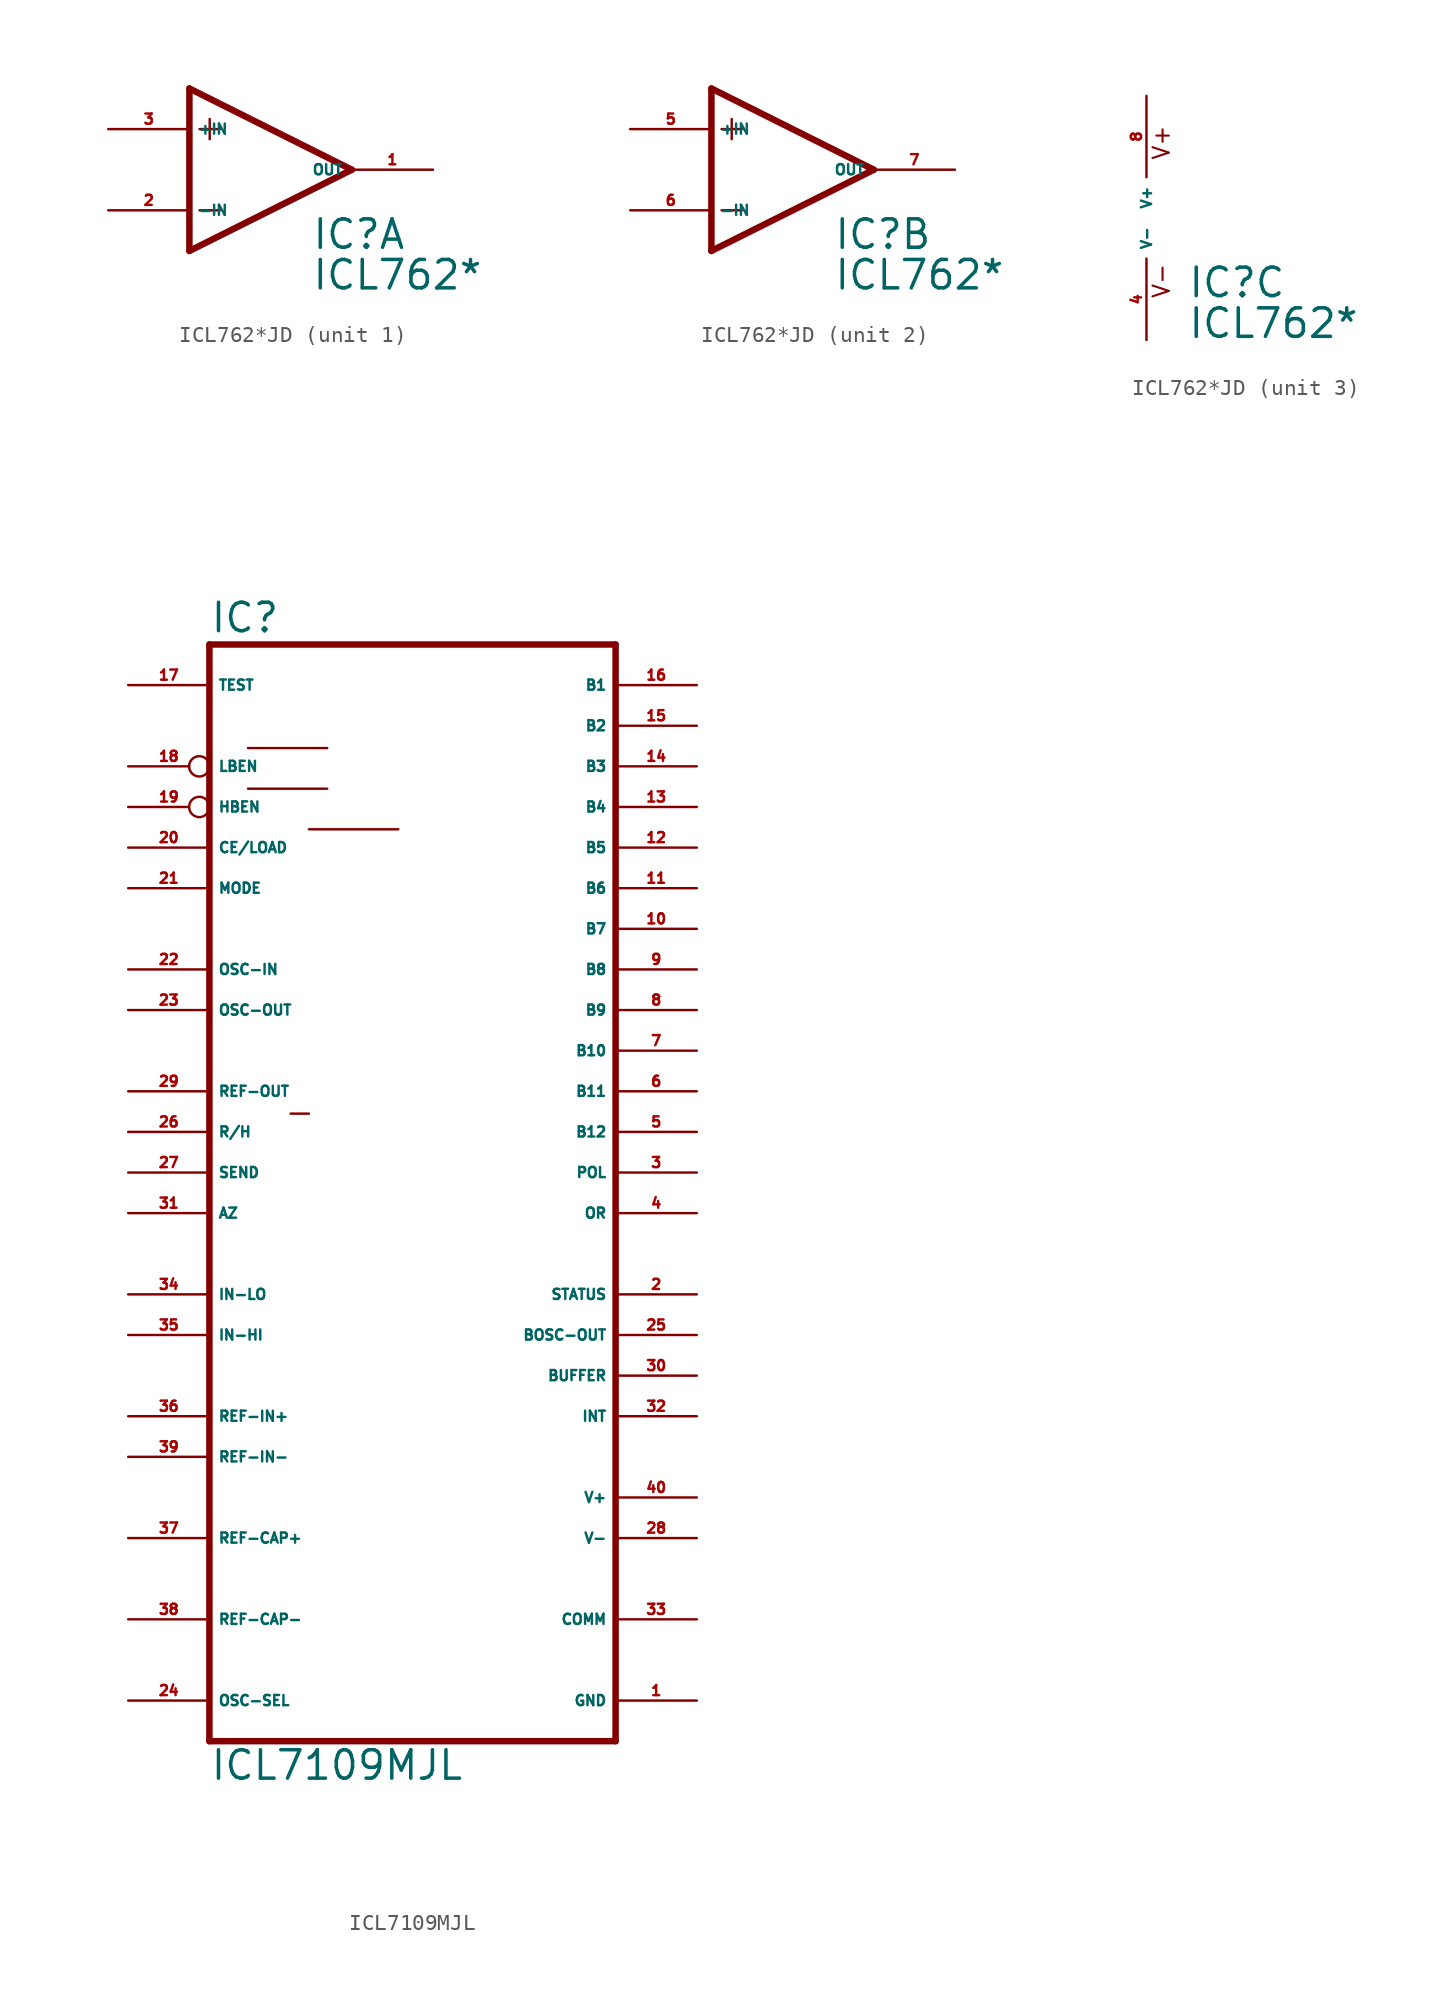
<source format=kicad_sym>
(kicad_symbol_lib
  (version 20220914)
  (generator Eagle2Kicad)
  (symbol "ICL762*JD"
    (property "Reference" "IC"
      (at 2.54 -5.08 0)
      (effects (font (size 1.778 1.778) (thickness 0.22)) (justify left bottom)))
    (property "Value" "ICL762*"
      (at 2.54 -7.62 0)
      (effects (font (size 1.778 1.778) (thickness 0.22)) (justify left bottom)))
    (symbol "ICL762*JD_1_0"
      (polyline (pts (xy -3.81 3.175) (xy -3.81 1.905)) (stroke (width 0.152) (type default)) (fill (type none)))
      (polyline (pts (xy -4.445 2.54) (xy -3.175 2.54)) (stroke (width 0.152) (type default)) (fill (type none)))
      (polyline (pts (xy -4.445 -2.54) (xy -3.175 -2.54)) (stroke (width 0.152) (type default)) (fill (type none)))
      (polyline (pts (xy 5.08 0) (xy -5.08 5.08)) (stroke (width 0.406) (type default)) (fill (type none)))
      (polyline (pts (xy -5.08 5.08) (xy -5.08 -5.08)) (stroke (width 0.406) (type default)) (fill (type none)))
      (polyline (pts (xy -5.08 -5.08) (xy 5.08 0)) (stroke (width 0.406) (type default)) (fill (type none)))
      (pin input line (at -10.16 -2.54 0) (length 5.08) (name "-IN" (effects (font (size 0.635 0.635) (thickness 0.08)) (justify left bottom))) (number "2" (effects (font (size 0.635 0.635) (thickness 0.08)) (justify left bottom))))
      (pin input line (at -10.16 2.54 0) (length 5.08) (name "+IN" (effects (font (size 0.635 0.635) (thickness 0.08)) (justify left bottom))) (number "3" (effects (font (size 0.635 0.635) (thickness 0.08)) (justify left bottom))))
      (pin output line (at 10.16 0 180) (length 5.08) (name "OUT" (effects (font (size 0.635 0.635) (thickness 0.08)) (justify left bottom))) (number "1" (effects (font (size 0.635 0.635) (thickness 0.08)) (justify left bottom)))))
    (symbol "ICL762*JD_2_0"
      (polyline (pts (xy -3.81 3.175) (xy -3.81 1.905)) (stroke (width 0.152) (type default)) (fill (type none)))
      (polyline (pts (xy -4.445 2.54) (xy -3.175 2.54)) (stroke (width 0.152) (type default)) (fill (type none)))
      (polyline (pts (xy -4.445 -2.54) (xy -3.175 -2.54)) (stroke (width 0.152) (type default)) (fill (type none)))
      (polyline (pts (xy 5.08 0) (xy -5.08 5.08)) (stroke (width 0.406) (type default)) (fill (type none)))
      (polyline (pts (xy -5.08 5.08) (xy -5.08 -5.08)) (stroke (width 0.406) (type default)) (fill (type none)))
      (polyline (pts (xy -5.08 -5.08) (xy 5.08 0)) (stroke (width 0.406) (type default)) (fill (type none)))
      (pin input line (at -10.16 -2.54 0) (length 5.08) (name "-IN" (effects (font (size 0.635 0.635) (thickness 0.08)) (justify left bottom))) (number "6" (effects (font (size 0.635 0.635) (thickness 0.08)) (justify left bottom))))
      (pin input line (at -10.16 2.54 0) (length 5.08) (name "+IN" (effects (font (size 0.635 0.635) (thickness 0.08)) (justify left bottom))) (number "5" (effects (font (size 0.635 0.635) (thickness 0.08)) (justify left bottom))))
      (pin output line (at 10.16 0 180) (length 5.08) (name "OUT" (effects (font (size 0.635 0.635) (thickness 0.08)) (justify left bottom))) (number "7" (effects (font (size 0.635 0.635) (thickness 0.08)) (justify left bottom)))))
    (symbol "ICL762*JD_3_0"
      (text "V+" (at 1.524 3.556 900) (effects (font (size 1.016 1.016) (thickness 0.13)) (justify left bottom)))
      (text "V-" (at 1.524 -5.08 900) (effects (font (size 1.016 1.016) (thickness 0.13)) (justify left bottom)))
      (pin unspecified line (at 0 7.62 270) (length 5.08) (name "V+" (effects (font (size 0.635 0.635) (thickness 0.08)) (justify left bottom))) (number "8" (effects (font (size 0.635 0.635) (thickness 0.08)) (justify left bottom))))
      (pin unspecified line (at 0 -7.62 90) (length 5.08) (name "V-" (effects (font (size 0.635 0.635) (thickness 0.08)) (justify left bottom))) (number "4" (effects (font (size 0.635 0.635) (thickness 0.08)) (justify left bottom))))))
  (symbol "ICL7109MJL"
    (property "Reference" "IC"
      (at -12.7 26.035 0)
      (effects (font (size 1.778 1.778) (thickness 0.22)) (justify left bottom)))
    (property "Value" "ICL7109MJL"
      (at -12.7 -45.72 0)
      (effects (font (size 1.778 1.778) (thickness 0.22)) (justify left bottom)))
    (polyline
      (pts (xy 12.7 -43.18) (xy -12.7 -43.18))
      (stroke (width 0.406) (type default))
      (fill (type none)))
    (polyline
      (pts (xy -12.7 25.4) (xy -12.7 -43.18))
      (stroke (width 0.406) (type default))
      (fill (type none)))
    (polyline
      (pts (xy -12.7 25.4) (xy 12.7 25.4))
      (stroke (width 0.406) (type default))
      (fill (type none)))
    (polyline
      (pts (xy 12.7 -43.18) (xy 12.7 25.4))
      (stroke (width 0.406) (type default))
      (fill (type none)))
    (polyline
      (pts (xy -10.287 18.923) (xy -5.334 18.923))
      (stroke (width 0.152) (type default))
      (fill (type none)))
    (polyline
      (pts (xy -10.287 16.383) (xy -5.334 16.383))
      (stroke (width 0.152) (type default))
      (fill (type none)))
    (polyline
      (pts (xy -6.477 13.843) (xy -0.889 13.843))
      (stroke (width 0.152) (type default))
      (fill (type none)))
    (polyline
      (pts (xy -7.62 -3.937) (xy -6.477 -3.937))
      (stroke (width 0.152) (type default))
      (fill (type none)))
    (pin tri_state line
      (at 17.78 22.86 180)
      (length 5.08)
      (name "B1" (effects (font (size 0.635 0.635) (thickness 0.08)) (justify left bottom)))
      (number "16" (effects (font (size 0.635 0.635) (thickness 0.08)) (justify left bottom))))
    (pin tri_state line
      (at 17.78 20.32 180)
      (length 5.08)
      (name "B2" (effects (font (size 0.635 0.635) (thickness 0.08)) (justify left bottom)))
      (number "15" (effects (font (size 0.635 0.635) (thickness 0.08)) (justify left bottom))))
    (pin tri_state line
      (at 17.78 17.78 180)
      (length 5.08)
      (name "B3" (effects (font (size 0.635 0.635) (thickness 0.08)) (justify left bottom)))
      (number "14" (effects (font (size 0.635 0.635) (thickness 0.08)) (justify left bottom))))
    (pin tri_state line
      (at 17.78 15.24 180)
      (length 5.08)
      (name "B4" (effects (font (size 0.635 0.635) (thickness 0.08)) (justify left bottom)))
      (number "13" (effects (font (size 0.635 0.635) (thickness 0.08)) (justify left bottom))))
    (pin tri_state line
      (at 17.78 12.7 180)
      (length 5.08)
      (name "B5" (effects (font (size 0.635 0.635) (thickness 0.08)) (justify left bottom)))
      (number "12" (effects (font (size 0.635 0.635) (thickness 0.08)) (justify left bottom))))
    (pin tri_state line
      (at 17.78 10.16 180)
      (length 5.08)
      (name "B6" (effects (font (size 0.635 0.635) (thickness 0.08)) (justify left bottom)))
      (number "11" (effects (font (size 0.635 0.635) (thickness 0.08)) (justify left bottom))))
    (pin tri_state line
      (at 17.78 7.62 180)
      (length 5.08)
      (name "B7" (effects (font (size 0.635 0.635) (thickness 0.08)) (justify left bottom)))
      (number "10" (effects (font (size 0.635 0.635) (thickness 0.08)) (justify left bottom))))
    (pin tri_state line
      (at 17.78 5.08 180)
      (length 5.08)
      (name "B8" (effects (font (size 0.635 0.635) (thickness 0.08)) (justify left bottom)))
      (number "9" (effects (font (size 0.635 0.635) (thickness 0.08)) (justify left bottom))))
    (pin tri_state line
      (at 17.78 2.54 180)
      (length 5.08)
      (name "B9" (effects (font (size 0.635 0.635) (thickness 0.08)) (justify left bottom)))
      (number "8" (effects (font (size 0.635 0.635) (thickness 0.08)) (justify left bottom))))
    (pin tri_state line
      (at 17.78 0 180)
      (length 5.08)
      (name "B10" (effects (font (size 0.635 0.635) (thickness 0.08)) (justify left bottom)))
      (number "7" (effects (font (size 0.635 0.635) (thickness 0.08)) (justify left bottom))))
    (pin tri_state line
      (at 17.78 -2.54 180)
      (length 5.08)
      (name "B11" (effects (font (size 0.635 0.635) (thickness 0.08)) (justify left bottom)))
      (number "6" (effects (font (size 0.635 0.635) (thickness 0.08)) (justify left bottom))))
    (pin tri_state line
      (at 17.78 -5.08 180)
      (length 5.08)
      (name "B12" (effects (font (size 0.635 0.635) (thickness 0.08)) (justify left bottom)))
      (number "5" (effects (font (size 0.635 0.635) (thickness 0.08)) (justify left bottom))))
    (pin output line
      (at 17.78 -15.24 180)
      (length 5.08)
      (name "STATUS" (effects (font (size 0.635 0.635) (thickness 0.08)) (justify left bottom)))
      (number "2" (effects (font (size 0.635 0.635) (thickness 0.08)) (justify left bottom))))
    (pin output line
      (at 17.78 -7.62 180)
      (length 5.08)
      (name "POL" (effects (font (size 0.635 0.635) (thickness 0.08)) (justify left bottom)))
      (number "3" (effects (font (size 0.635 0.635) (thickness 0.08)) (justify left bottom))))
    (pin output line
      (at 17.78 -10.16 180)
      (length 5.08)
      (name "OR" (effects (font (size 0.635 0.635) (thickness 0.08)) (justify left bottom)))
      (number "4" (effects (font (size 0.635 0.635) (thickness 0.08)) (justify left bottom))))
    (pin input line
      (at -17.78 22.86 0)
      (length 5.08)
      (name "TEST" (effects (font (size 0.635 0.635) (thickness 0.08)) (justify left bottom)))
      (number "17" (effects (font (size 0.635 0.635) (thickness 0.08)) (justify left bottom))))
    (pin bidirectional inverted
      (at -17.78 17.78 0)
      (length 5.08)
      (name "LBEN" (effects (font (size 0.635 0.635) (thickness 0.08)) (justify left bottom)))
      (number "18" (effects (font (size 0.635 0.635) (thickness 0.08)) (justify left bottom))))
    (pin bidirectional inverted
      (at -17.78 15.24 0)
      (length 5.08)
      (name "HBEN" (effects (font (size 0.635 0.635) (thickness 0.08)) (justify left bottom)))
      (number "19" (effects (font (size 0.635 0.635) (thickness 0.08)) (justify left bottom))))
    (pin bidirectional line
      (at -17.78 12.7 0)
      (length 5.08)
      (name "CE/LOAD" (effects (font (size 0.635 0.635) (thickness 0.08)) (justify left bottom)))
      (number "20" (effects (font (size 0.635 0.635) (thickness 0.08)) (justify left bottom))))
    (pin input line
      (at -17.78 10.16 0)
      (length 5.08)
      (name "MODE" (effects (font (size 0.635 0.635) (thickness 0.08)) (justify left bottom)))
      (number "21" (effects (font (size 0.635 0.635) (thickness 0.08)) (justify left bottom))))
    (pin input line
      (at -17.78 5.08 0)
      (length 5.08)
      (name "OSC-IN" (effects (font (size 0.635 0.635) (thickness 0.08)) (justify left bottom)))
      (number "22" (effects (font (size 0.635 0.635) (thickness 0.08)) (justify left bottom))))
    (pin output line
      (at -17.78 2.54 0)
      (length 5.08)
      (name "OSC-OUT" (effects (font (size 0.635 0.635) (thickness 0.08)) (justify left bottom)))
      (number "23" (effects (font (size 0.635 0.635) (thickness 0.08)) (justify left bottom))))
    (pin input line
      (at -17.78 -2.54 0)
      (length 5.08)
      (name "REF-OUT" (effects (font (size 0.635 0.635) (thickness 0.08)) (justify left bottom)))
      (number "29" (effects (font (size 0.635 0.635) (thickness 0.08)) (justify left bottom))))
    (pin output line
      (at 17.78 -17.78 180)
      (length 5.08)
      (name "BOSC-OUT" (effects (font (size 0.635 0.635) (thickness 0.08)) (justify left bottom)))
      (number "25" (effects (font (size 0.635 0.635) (thickness 0.08)) (justify left bottom))))
    (pin output line
      (at 17.78 -20.32 180)
      (length 5.08)
      (name "BUFFER" (effects (font (size 0.635 0.635) (thickness 0.08)) (justify left bottom)))
      (number "30" (effects (font (size 0.635 0.635) (thickness 0.08)) (justify left bottom))))
    (pin input line
      (at -17.78 -5.08 0)
      (length 5.08)
      (name "R/H" (effects (font (size 0.635 0.635) (thickness 0.08)) (justify left bottom)))
      (number "26" (effects (font (size 0.635 0.635) (thickness 0.08)) (justify left bottom))))
    (pin input line
      (at -17.78 -7.62 0)
      (length 5.08)
      (name "SEND" (effects (font (size 0.635 0.635) (thickness 0.08)) (justify left bottom)))
      (number "27" (effects (font (size 0.635 0.635) (thickness 0.08)) (justify left bottom))))
    (pin unspecified line
      (at 17.78 -30.48 180)
      (length 5.08)
      (name "V-" (effects (font (size 0.635 0.635) (thickness 0.08)) (justify left bottom)))
      (number "28" (effects (font (size 0.635 0.635) (thickness 0.08)) (justify left bottom))))
    (pin passive line
      (at -17.78 -10.16 0)
      (length 5.08)
      (name "AZ" (effects (font (size 0.635 0.635) (thickness 0.08)) (justify left bottom)))
      (number "31" (effects (font (size 0.635 0.635) (thickness 0.08)) (justify left bottom))))
    (pin output line
      (at 17.78 -22.86 180)
      (length 5.08)
      (name "INT" (effects (font (size 0.635 0.635) (thickness 0.08)) (justify left bottom)))
      (number "32" (effects (font (size 0.635 0.635) (thickness 0.08)) (justify left bottom))))
    (pin unspecified line
      (at 17.78 -35.56 180)
      (length 5.08)
      (name "COMM" (effects (font (size 0.635 0.635) (thickness 0.08)) (justify left bottom)))
      (number "33" (effects (font (size 0.635 0.635) (thickness 0.08)) (justify left bottom))))
    (pin input line
      (at -17.78 -15.24 0)
      (length 5.08)
      (name "IN-LO" (effects (font (size 0.635 0.635) (thickness 0.08)) (justify left bottom)))
      (number "34" (effects (font (size 0.635 0.635) (thickness 0.08)) (justify left bottom))))
    (pin input line
      (at -17.78 -17.78 0)
      (length 5.08)
      (name "IN-HI" (effects (font (size 0.635 0.635) (thickness 0.08)) (justify left bottom)))
      (number "35" (effects (font (size 0.635 0.635) (thickness 0.08)) (justify left bottom))))
    (pin input line
      (at -17.78 -22.86 0)
      (length 5.08)
      (name "REF-IN+" (effects (font (size 0.635 0.635) (thickness 0.08)) (justify left bottom)))
      (number "36" (effects (font (size 0.635 0.635) (thickness 0.08)) (justify left bottom))))
    (pin input line
      (at -17.78 -25.4 0)
      (length 5.08)
      (name "REF-IN-" (effects (font (size 0.635 0.635) (thickness 0.08)) (justify left bottom)))
      (number "39" (effects (font (size 0.635 0.635) (thickness 0.08)) (justify left bottom))))
    (pin passive line
      (at -17.78 -30.48 0)
      (length 5.08)
      (name "REF-CAP+" (effects (font (size 0.635 0.635) (thickness 0.08)) (justify left bottom)))
      (number "37" (effects (font (size 0.635 0.635) (thickness 0.08)) (justify left bottom))))
    (pin passive line
      (at -17.78 -35.56 0)
      (length 5.08)
      (name "REF-CAP-" (effects (font (size 0.635 0.635) (thickness 0.08)) (justify left bottom)))
      (number "38" (effects (font (size 0.635 0.635) (thickness 0.08)) (justify left bottom))))
    (pin unspecified line
      (at 17.78 -27.94 180)
      (length 5.08)
      (name "V+" (effects (font (size 0.635 0.635) (thickness 0.08)) (justify left bottom)))
      (number "40" (effects (font (size 0.635 0.635) (thickness 0.08)) (justify left bottom))))
    (pin unspecified line
      (at 17.78 -40.64 180)
      (length 5.08)
      (name "GND" (effects (font (size 0.635 0.635) (thickness 0.08)) (justify left bottom)))
      (number "1" (effects (font (size 0.635 0.635) (thickness 0.08)) (justify left bottom))))
    (pin input line
      (at -17.78 -40.64 0)
      (length 5.08)
      (name "OSC-SEL" (effects (font (size 0.635 0.635) (thickness 0.08)) (justify left bottom)))
      (number "24" (effects (font (size 0.635 0.635) (thickness 0.08)) (justify left bottom))))))
</source>
